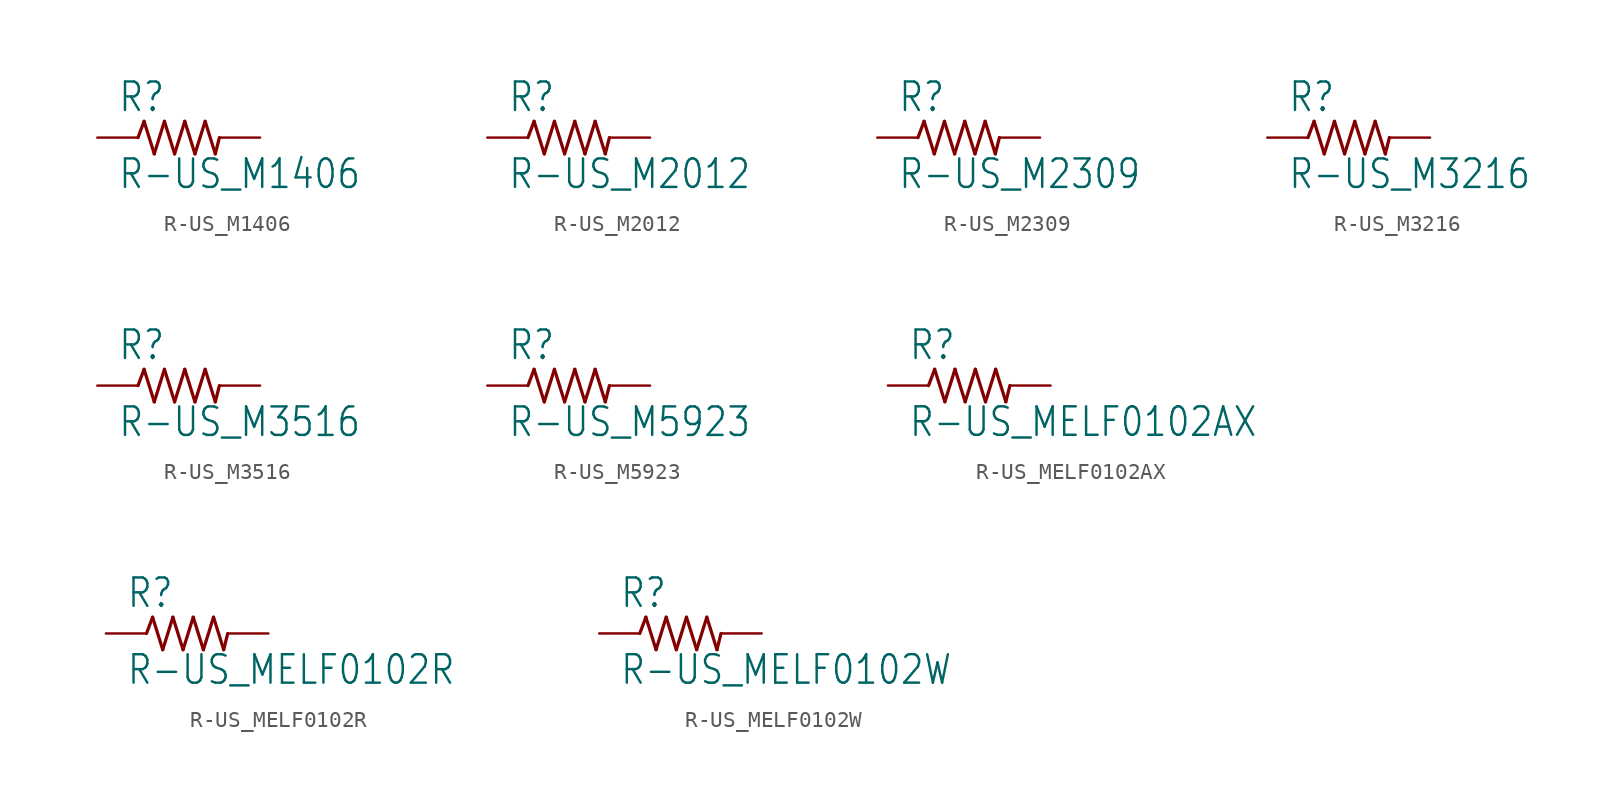
<source format=kicad_sym>
(kicad_symbol_lib
  (version 20201005)
  (generator kicad_symbol_editor)
  (symbol "R-US_M1406"
    (property "Reference" "R"
      (at -3.81 1.499 0)
      (effects (font (size 1.778 1.511)) (justify left bottom)))
    (property "Value" "R-US_M1406"
      (at -3.81 -3.302 0)
      (effects (font (size 1.778 1.511)) (justify left bottom)))
    (property "ki_locked" ""
      (at 0 0 0)
      (effects (font (size 1.27 1.27))))
    (symbol "R-US_M1406_1_0"
      (polyline (pts (xy -2.54 0) (xy -2.159 1.016)) (stroke (width 0.203)) (fill (type none)))
      (polyline (pts (xy -2.159 1.016) (xy -1.524 -1.016)) (stroke (width 0.203)) (fill (type none)))
      (polyline (pts (xy -1.524 -1.016) (xy -0.889 1.016)) (stroke (width 0.203)) (fill (type none)))
      (polyline (pts (xy -0.889 1.016) (xy -0.254 -1.016)) (stroke (width 0.203)) (fill (type none)))
      (polyline (pts (xy -0.254 -1.016) (xy 0.381 1.016)) (stroke (width 0.203)) (fill (type none)))
      (polyline (pts (xy 0.381 1.016) (xy 1.016 -1.016)) (stroke (width 0.203)) (fill (type none)))
      (polyline (pts (xy 1.016 -1.016) (xy 1.651 1.016)) (stroke (width 0.203)) (fill (type none)))
      (polyline (pts (xy 1.651 1.016) (xy 2.286 -1.016)) (stroke (width 0.203)) (fill (type none)))
      (polyline (pts (xy 2.286 -1.016) (xy 2.54 0)) (stroke (width 0.203)) (fill (type none)))
      (pin passive line (at 5.08 0 180) (length 2.54) (name "2" (effects (font (size 0 0)))) (number "2" (effects (font (size 0 0)))))
      (pin passive line (at -5.08 0 0) (length 2.54) (name "1" (effects (font (size 0 0)))) (number "1" (effects (font (size 0 0)))))))
  (symbol "R-US_M2012"
    (property "Reference" "R"
      (at -3.81 1.499 0)
      (effects (font (size 1.778 1.511)) (justify left bottom)))
    (property "Value" "R-US_M2012"
      (at -3.81 -3.302 0)
      (effects (font (size 1.778 1.511)) (justify left bottom)))
    (property "ki_locked" ""
      (at 0 0 0)
      (effects (font (size 1.27 1.27))))
    (symbol "R-US_M2012_1_0"
      (polyline (pts (xy -2.54 0) (xy -2.159 1.016)) (stroke (width 0.203)) (fill (type none)))
      (polyline (pts (xy -2.159 1.016) (xy -1.524 -1.016)) (stroke (width 0.203)) (fill (type none)))
      (polyline (pts (xy -1.524 -1.016) (xy -0.889 1.016)) (stroke (width 0.203)) (fill (type none)))
      (polyline (pts (xy -0.889 1.016) (xy -0.254 -1.016)) (stroke (width 0.203)) (fill (type none)))
      (polyline (pts (xy -0.254 -1.016) (xy 0.381 1.016)) (stroke (width 0.203)) (fill (type none)))
      (polyline (pts (xy 0.381 1.016) (xy 1.016 -1.016)) (stroke (width 0.203)) (fill (type none)))
      (polyline (pts (xy 1.016 -1.016) (xy 1.651 1.016)) (stroke (width 0.203)) (fill (type none)))
      (polyline (pts (xy 1.651 1.016) (xy 2.286 -1.016)) (stroke (width 0.203)) (fill (type none)))
      (polyline (pts (xy 2.286 -1.016) (xy 2.54 0)) (stroke (width 0.203)) (fill (type none)))
      (pin passive line (at 5.08 0 180) (length 2.54) (name "2" (effects (font (size 0 0)))) (number "2" (effects (font (size 0 0)))))
      (pin passive line (at -5.08 0 0) (length 2.54) (name "1" (effects (font (size 0 0)))) (number "1" (effects (font (size 0 0)))))))
  (symbol "R-US_M2309"
    (property "Reference" "R"
      (at -3.81 1.499 0)
      (effects (font (size 1.778 1.511)) (justify left bottom)))
    (property "Value" "R-US_M2309"
      (at -3.81 -3.302 0)
      (effects (font (size 1.778 1.511)) (justify left bottom)))
    (property "ki_locked" ""
      (at 0 0 0)
      (effects (font (size 1.27 1.27))))
    (symbol "R-US_M2309_1_0"
      (polyline (pts (xy -2.54 0) (xy -2.159 1.016)) (stroke (width 0.203)) (fill (type none)))
      (polyline (pts (xy -2.159 1.016) (xy -1.524 -1.016)) (stroke (width 0.203)) (fill (type none)))
      (polyline (pts (xy -1.524 -1.016) (xy -0.889 1.016)) (stroke (width 0.203)) (fill (type none)))
      (polyline (pts (xy -0.889 1.016) (xy -0.254 -1.016)) (stroke (width 0.203)) (fill (type none)))
      (polyline (pts (xy -0.254 -1.016) (xy 0.381 1.016)) (stroke (width 0.203)) (fill (type none)))
      (polyline (pts (xy 0.381 1.016) (xy 1.016 -1.016)) (stroke (width 0.203)) (fill (type none)))
      (polyline (pts (xy 1.016 -1.016) (xy 1.651 1.016)) (stroke (width 0.203)) (fill (type none)))
      (polyline (pts (xy 1.651 1.016) (xy 2.286 -1.016)) (stroke (width 0.203)) (fill (type none)))
      (polyline (pts (xy 2.286 -1.016) (xy 2.54 0)) (stroke (width 0.203)) (fill (type none)))
      (pin passive line (at 5.08 0 180) (length 2.54) (name "2" (effects (font (size 0 0)))) (number "2" (effects (font (size 0 0)))))
      (pin passive line (at -5.08 0 0) (length 2.54) (name "1" (effects (font (size 0 0)))) (number "1" (effects (font (size 0 0)))))))
  (symbol "R-US_M3216"
    (property "Reference" "R"
      (at -3.81 1.499 0)
      (effects (font (size 1.778 1.511)) (justify left bottom)))
    (property "Value" "R-US_M3216"
      (at -3.81 -3.302 0)
      (effects (font (size 1.778 1.511)) (justify left bottom)))
    (property "ki_locked" ""
      (at 0 0 0)
      (effects (font (size 1.27 1.27))))
    (symbol "R-US_M3216_1_0"
      (polyline (pts (xy -2.54 0) (xy -2.159 1.016)) (stroke (width 0.203)) (fill (type none)))
      (polyline (pts (xy -2.159 1.016) (xy -1.524 -1.016)) (stroke (width 0.203)) (fill (type none)))
      (polyline (pts (xy -1.524 -1.016) (xy -0.889 1.016)) (stroke (width 0.203)) (fill (type none)))
      (polyline (pts (xy -0.889 1.016) (xy -0.254 -1.016)) (stroke (width 0.203)) (fill (type none)))
      (polyline (pts (xy -0.254 -1.016) (xy 0.381 1.016)) (stroke (width 0.203)) (fill (type none)))
      (polyline (pts (xy 0.381 1.016) (xy 1.016 -1.016)) (stroke (width 0.203)) (fill (type none)))
      (polyline (pts (xy 1.016 -1.016) (xy 1.651 1.016)) (stroke (width 0.203)) (fill (type none)))
      (polyline (pts (xy 1.651 1.016) (xy 2.286 -1.016)) (stroke (width 0.203)) (fill (type none)))
      (polyline (pts (xy 2.286 -1.016) (xy 2.54 0)) (stroke (width 0.203)) (fill (type none)))
      (pin passive line (at 5.08 0 180) (length 2.54) (name "2" (effects (font (size 0 0)))) (number "2" (effects (font (size 0 0)))))
      (pin passive line (at -5.08 0 0) (length 2.54) (name "1" (effects (font (size 0 0)))) (number "1" (effects (font (size 0 0)))))))
  (symbol "R-US_M3516"
    (property "Reference" "R"
      (at -3.81 1.499 0)
      (effects (font (size 1.778 1.511)) (justify left bottom)))
    (property "Value" "R-US_M3516"
      (at -3.81 -3.302 0)
      (effects (font (size 1.778 1.511)) (justify left bottom)))
    (property "ki_locked" ""
      (at 0 0 0)
      (effects (font (size 1.27 1.27))))
    (symbol "R-US_M3516_1_0"
      (polyline (pts (xy -2.54 0) (xy -2.159 1.016)) (stroke (width 0.203)) (fill (type none)))
      (polyline (pts (xy -2.159 1.016) (xy -1.524 -1.016)) (stroke (width 0.203)) (fill (type none)))
      (polyline (pts (xy -1.524 -1.016) (xy -0.889 1.016)) (stroke (width 0.203)) (fill (type none)))
      (polyline (pts (xy -0.889 1.016) (xy -0.254 -1.016)) (stroke (width 0.203)) (fill (type none)))
      (polyline (pts (xy -0.254 -1.016) (xy 0.381 1.016)) (stroke (width 0.203)) (fill (type none)))
      (polyline (pts (xy 0.381 1.016) (xy 1.016 -1.016)) (stroke (width 0.203)) (fill (type none)))
      (polyline (pts (xy 1.016 -1.016) (xy 1.651 1.016)) (stroke (width 0.203)) (fill (type none)))
      (polyline (pts (xy 1.651 1.016) (xy 2.286 -1.016)) (stroke (width 0.203)) (fill (type none)))
      (polyline (pts (xy 2.286 -1.016) (xy 2.54 0)) (stroke (width 0.203)) (fill (type none)))
      (pin passive line (at 5.08 0 180) (length 2.54) (name "2" (effects (font (size 0 0)))) (number "2" (effects (font (size 0 0)))))
      (pin passive line (at -5.08 0 0) (length 2.54) (name "1" (effects (font (size 0 0)))) (number "1" (effects (font (size 0 0)))))))
  (symbol "R-US_M5923"
    (property "Reference" "R"
      (at -3.81 1.499 0)
      (effects (font (size 1.778 1.511)) (justify left bottom)))
    (property "Value" "R-US_M5923"
      (at -3.81 -3.302 0)
      (effects (font (size 1.778 1.511)) (justify left bottom)))
    (property "ki_locked" ""
      (at 0 0 0)
      (effects (font (size 1.27 1.27))))
    (symbol "R-US_M5923_1_0"
      (polyline (pts (xy -2.54 0) (xy -2.159 1.016)) (stroke (width 0.203)) (fill (type none)))
      (polyline (pts (xy -2.159 1.016) (xy -1.524 -1.016)) (stroke (width 0.203)) (fill (type none)))
      (polyline (pts (xy -1.524 -1.016) (xy -0.889 1.016)) (stroke (width 0.203)) (fill (type none)))
      (polyline (pts (xy -0.889 1.016) (xy -0.254 -1.016)) (stroke (width 0.203)) (fill (type none)))
      (polyline (pts (xy -0.254 -1.016) (xy 0.381 1.016)) (stroke (width 0.203)) (fill (type none)))
      (polyline (pts (xy 0.381 1.016) (xy 1.016 -1.016)) (stroke (width 0.203)) (fill (type none)))
      (polyline (pts (xy 1.016 -1.016) (xy 1.651 1.016)) (stroke (width 0.203)) (fill (type none)))
      (polyline (pts (xy 1.651 1.016) (xy 2.286 -1.016)) (stroke (width 0.203)) (fill (type none)))
      (polyline (pts (xy 2.286 -1.016) (xy 2.54 0)) (stroke (width 0.203)) (fill (type none)))
      (pin passive line (at 5.08 0 180) (length 2.54) (name "2" (effects (font (size 0 0)))) (number "2" (effects (font (size 0 0)))))
      (pin passive line (at -5.08 0 0) (length 2.54) (name "1" (effects (font (size 0 0)))) (number "1" (effects (font (size 0 0)))))))
  (symbol "R-US_MELF0102AX"
    (property "Reference" "R"
      (at -3.81 1.499 0)
      (effects (font (size 1.778 1.511)) (justify left bottom)))
    (property "Value" "R-US_MELF0102AX"
      (at -3.81 -3.302 0)
      (effects (font (size 1.778 1.511)) (justify left bottom)))
    (property "ki_locked" ""
      (at 0 0 0)
      (effects (font (size 1.27 1.27))))
    (symbol "R-US_MELF0102AX_1_0"
      (polyline (pts (xy -2.54 0) (xy -2.159 1.016)) (stroke (width 0.203)) (fill (type none)))
      (polyline (pts (xy -2.159 1.016) (xy -1.524 -1.016)) (stroke (width 0.203)) (fill (type none)))
      (polyline (pts (xy -1.524 -1.016) (xy -0.889 1.016)) (stroke (width 0.203)) (fill (type none)))
      (polyline (pts (xy -0.889 1.016) (xy -0.254 -1.016)) (stroke (width 0.203)) (fill (type none)))
      (polyline (pts (xy -0.254 -1.016) (xy 0.381 1.016)) (stroke (width 0.203)) (fill (type none)))
      (polyline (pts (xy 0.381 1.016) (xy 1.016 -1.016)) (stroke (width 0.203)) (fill (type none)))
      (polyline (pts (xy 1.016 -1.016) (xy 1.651 1.016)) (stroke (width 0.203)) (fill (type none)))
      (polyline (pts (xy 1.651 1.016) (xy 2.286 -1.016)) (stroke (width 0.203)) (fill (type none)))
      (polyline (pts (xy 2.286 -1.016) (xy 2.54 0)) (stroke (width 0.203)) (fill (type none)))
      (pin passive line (at 5.08 0 180) (length 2.54) (name "2" (effects (font (size 0 0)))) (number "2" (effects (font (size 0 0)))))
      (pin passive line (at -5.08 0 0) (length 2.54) (name "1" (effects (font (size 0 0)))) (number "1" (effects (font (size 0 0)))))))
  (symbol "R-US_MELF0102R"
    (property "Reference" "R"
      (at -3.81 1.499 0)
      (effects (font (size 1.778 1.511)) (justify left bottom)))
    (property "Value" "R-US_MELF0102R"
      (at -3.81 -3.302 0)
      (effects (font (size 1.778 1.511)) (justify left bottom)))
    (property "ki_locked" ""
      (at 0 0 0)
      (effects (font (size 1.27 1.27))))
    (symbol "R-US_MELF0102R_1_0"
      (polyline (pts (xy -2.54 0) (xy -2.159 1.016)) (stroke (width 0.203)) (fill (type none)))
      (polyline (pts (xy -2.159 1.016) (xy -1.524 -1.016)) (stroke (width 0.203)) (fill (type none)))
      (polyline (pts (xy -1.524 -1.016) (xy -0.889 1.016)) (stroke (width 0.203)) (fill (type none)))
      (polyline (pts (xy -0.889 1.016) (xy -0.254 -1.016)) (stroke (width 0.203)) (fill (type none)))
      (polyline (pts (xy -0.254 -1.016) (xy 0.381 1.016)) (stroke (width 0.203)) (fill (type none)))
      (polyline (pts (xy 0.381 1.016) (xy 1.016 -1.016)) (stroke (width 0.203)) (fill (type none)))
      (polyline (pts (xy 1.016 -1.016) (xy 1.651 1.016)) (stroke (width 0.203)) (fill (type none)))
      (polyline (pts (xy 1.651 1.016) (xy 2.286 -1.016)) (stroke (width 0.203)) (fill (type none)))
      (polyline (pts (xy 2.286 -1.016) (xy 2.54 0)) (stroke (width 0.203)) (fill (type none)))
      (pin passive line (at 5.08 0 180) (length 2.54) (name "2" (effects (font (size 0 0)))) (number "2" (effects (font (size 0 0)))))
      (pin passive line (at -5.08 0 0) (length 2.54) (name "1" (effects (font (size 0 0)))) (number "1" (effects (font (size 0 0)))))))
  (symbol "R-US_MELF0102W"
    (property "Reference" "R"
      (at -3.81 1.499 0)
      (effects (font (size 1.778 1.511)) (justify left bottom)))
    (property "Value" "R-US_MELF0102W"
      (at -3.81 -3.302 0)
      (effects (font (size 1.778 1.511)) (justify left bottom)))
    (property "ki_locked" ""
      (at 0 0 0)
      (effects (font (size 1.27 1.27))))
    (symbol "R-US_MELF0102W_1_0"
      (polyline (pts (xy -2.54 0) (xy -2.159 1.016)) (stroke (width 0.203)) (fill (type none)))
      (polyline (pts (xy -2.159 1.016) (xy -1.524 -1.016)) (stroke (width 0.203)) (fill (type none)))
      (polyline (pts (xy -1.524 -1.016) (xy -0.889 1.016)) (stroke (width 0.203)) (fill (type none)))
      (polyline (pts (xy -0.889 1.016) (xy -0.254 -1.016)) (stroke (width 0.203)) (fill (type none)))
      (polyline (pts (xy -0.254 -1.016) (xy 0.381 1.016)) (stroke (width 0.203)) (fill (type none)))
      (polyline (pts (xy 0.381 1.016) (xy 1.016 -1.016)) (stroke (width 0.203)) (fill (type none)))
      (polyline (pts (xy 1.016 -1.016) (xy 1.651 1.016)) (stroke (width 0.203)) (fill (type none)))
      (polyline (pts (xy 1.651 1.016) (xy 2.286 -1.016)) (stroke (width 0.203)) (fill (type none)))
      (polyline (pts (xy 2.286 -1.016) (xy 2.54 0)) (stroke (width 0.203)) (fill (type none)))
      (pin passive line (at 5.08 0 180) (length 2.54) (name "2" (effects (font (size 0 0)))) (number "2" (effects (font (size 0 0)))))
      (pin passive line (at -5.08 0 0) (length 2.54) (name "1" (effects (font (size 0 0)))) (number "1" (effects (font (size 0 0))))))))
</source>
